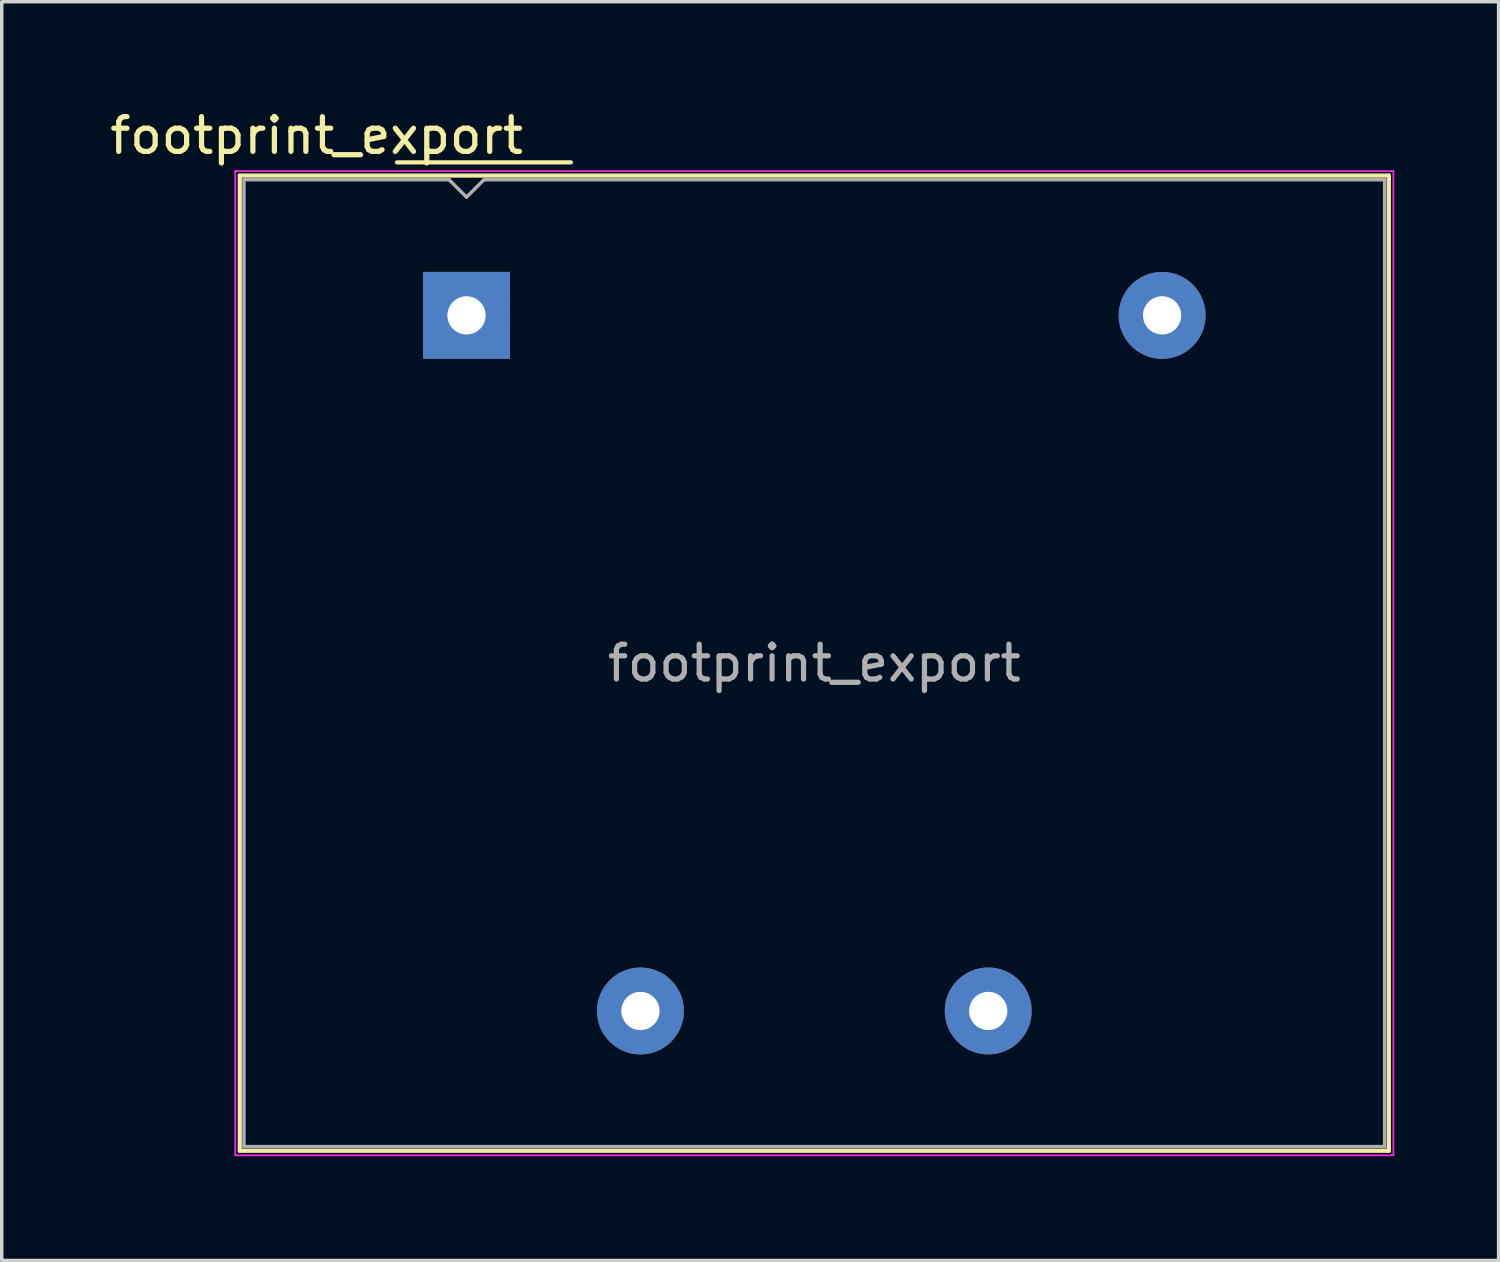
<source format=kicad_pcb>
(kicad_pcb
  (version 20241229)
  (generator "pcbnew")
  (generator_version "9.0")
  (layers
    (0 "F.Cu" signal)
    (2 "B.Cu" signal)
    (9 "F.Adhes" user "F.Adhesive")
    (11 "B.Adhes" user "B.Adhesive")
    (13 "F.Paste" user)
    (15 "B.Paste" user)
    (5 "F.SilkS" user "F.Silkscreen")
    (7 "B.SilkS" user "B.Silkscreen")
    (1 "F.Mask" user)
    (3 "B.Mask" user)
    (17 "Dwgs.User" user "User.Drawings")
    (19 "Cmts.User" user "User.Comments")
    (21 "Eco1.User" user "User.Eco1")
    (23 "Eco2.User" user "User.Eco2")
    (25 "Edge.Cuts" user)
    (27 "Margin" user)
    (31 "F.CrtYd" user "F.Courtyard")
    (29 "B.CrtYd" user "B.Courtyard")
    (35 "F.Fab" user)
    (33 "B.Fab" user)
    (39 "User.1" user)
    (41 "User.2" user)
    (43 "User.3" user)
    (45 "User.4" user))
  (footprint "footprint_export"
    (layer "F.Cu")
    (at 10.364 6.018)
    (property "Reference" "footprint_export" (at -4.31 -5.17 180) (layer "F.SilkS") (effects (font (size 1 1) (thickness 0.15))))
    (attr through_hole)
    (fp_line (start -6.52 -4.02) (end 26.52 -4.02) (stroke (width 0.12) (type solid)) (layer "F.SilkS"))
    (fp_line (start -6.52 24.02) (end -6.52 -4.02) (stroke (width 0.12) (type solid)) (layer "F.SilkS"))
    (fp_line (start -2 -4.4) (end 3 -4.4) (stroke (width 0.12) (type solid)) (layer "F.SilkS"))
    (fp_line (start 26.52 -4.02) (end 26.52 24.02) (stroke (width 0.12) (type solid)) (layer "F.SilkS"))
    (fp_line (start 26.52 24.02) (end -6.52 24.02) (stroke (width 0.12) (type solid)) (layer "F.SilkS"))
    (fp_line (start -6.65 -4.15) (end 26.65 -4.15) (stroke (width 0.05) (type solid)) (layer "F.CrtYd"))
    (fp_line (start -6.65 24.15) (end -6.65 -4.15) (stroke (width 0.05) (type solid)) (layer "F.CrtYd"))
    (fp_line (start 26.65 -4.15) (end 26.65 24.15) (stroke (width 0.05) (type solid)) (layer "F.CrtYd"))
    (fp_line (start 26.65 24.15) (end -6.65 24.15) (stroke (width 0.05) (type solid)) (layer "F.CrtYd"))
    (fp_line (start -6.4 -3.9) (end -6.4 23.9) (stroke (width 0.1) (type solid)) (layer "F.Fab"))
    (fp_line (start -6.4 -3.9) (end -0.5 -3.9) (stroke (width 0.1) (type solid)) (layer "F.Fab"))
    (fp_line (start -6.4 23.9) (end 26.4 23.9) (stroke (width 0.1) (type solid)) (layer "F.Fab"))
    (fp_line (start -0.5 -3.9) (end 0 -3.4) (stroke (width 0.1) (type solid)) (layer "F.Fab"))
    (fp_line (start 0 -3.4) (end 0.5 -3.9) (stroke (width 0.1) (type solid)) (layer "F.Fab"))
    (fp_line (start 0.5 -3.9) (end 26.4 -3.9) (stroke (width 0.1) (type solid)) (layer "F.Fab"))
    (fp_line (start 26.4 -3.9) (end 26.4 23.9) (stroke (width 0.1) (type solid)) (layer "F.Fab"))
    (fp_text user "${REFERENCE}" (at 10 10 0) (layer "F.Fab") (effects (font (size 1 1) (thickness 0.15))))
    (pad "1" thru_hole rect (at 0 0 270) (size 2.5 2.5) (drill 1.1) (layers "*.Cu" "*.Mask"))
    (pad "5" thru_hole circle (at 20 0 270) (size 2.5 2.5) (drill 1.1) (layers "*.Cu" "*.Mask"))
    (pad "7" thru_hole circle (at 15 20 270) (size 2.5 2.5) (drill 1.1) (layers "*.Cu" "*.Mask"))
    (pad "9" thru_hole circle (at 5 20 270) (size 2.5 2.5) (drill 1.1) (layers "*.Cu" "*.Mask")))
  (gr_rect
    (start -3 -3)
    (end 40.039 33.193)
    (stroke (width 0.1) (type default))
    (fill no)
    (layer "Edge.Cuts")))
</source>
